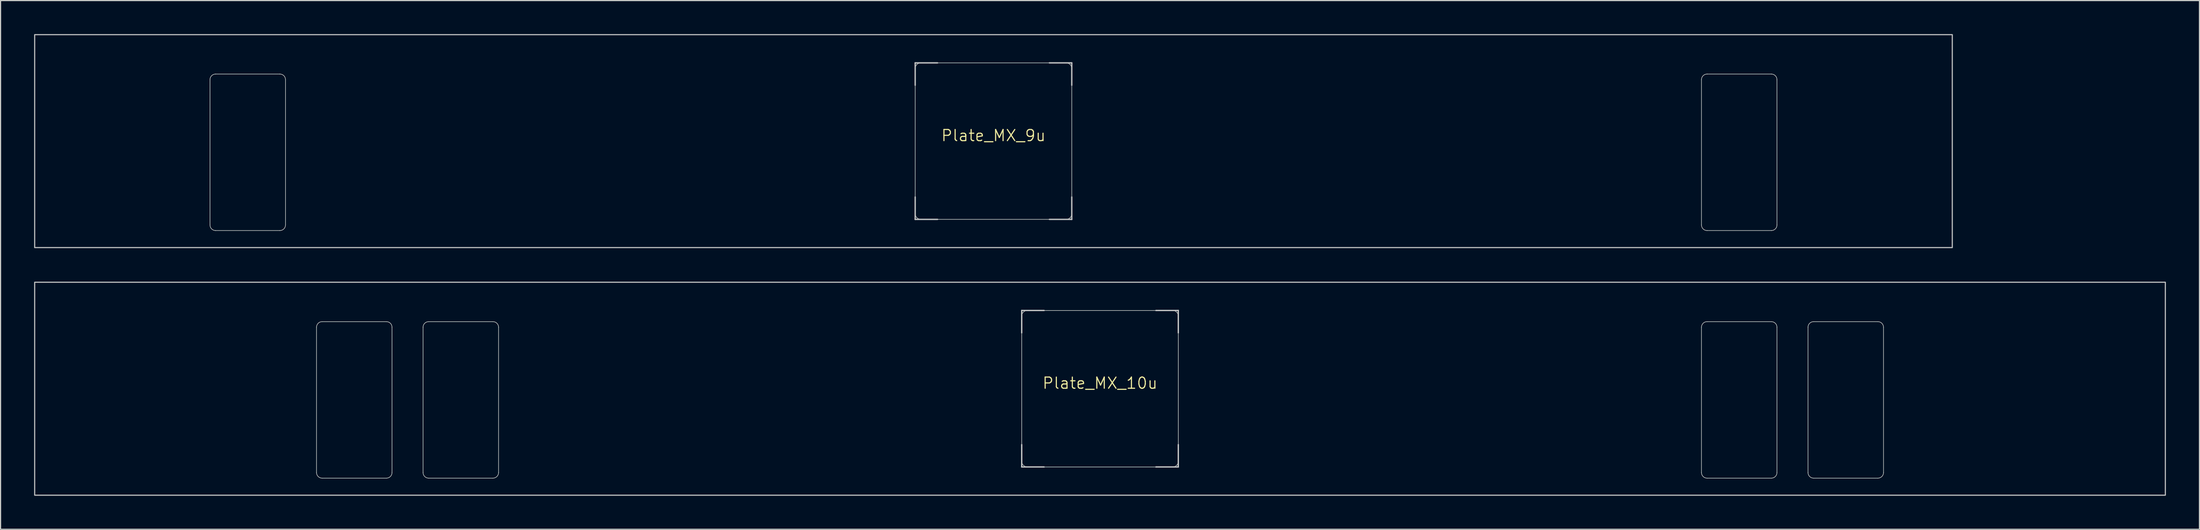
<source format=kicad_pcb>
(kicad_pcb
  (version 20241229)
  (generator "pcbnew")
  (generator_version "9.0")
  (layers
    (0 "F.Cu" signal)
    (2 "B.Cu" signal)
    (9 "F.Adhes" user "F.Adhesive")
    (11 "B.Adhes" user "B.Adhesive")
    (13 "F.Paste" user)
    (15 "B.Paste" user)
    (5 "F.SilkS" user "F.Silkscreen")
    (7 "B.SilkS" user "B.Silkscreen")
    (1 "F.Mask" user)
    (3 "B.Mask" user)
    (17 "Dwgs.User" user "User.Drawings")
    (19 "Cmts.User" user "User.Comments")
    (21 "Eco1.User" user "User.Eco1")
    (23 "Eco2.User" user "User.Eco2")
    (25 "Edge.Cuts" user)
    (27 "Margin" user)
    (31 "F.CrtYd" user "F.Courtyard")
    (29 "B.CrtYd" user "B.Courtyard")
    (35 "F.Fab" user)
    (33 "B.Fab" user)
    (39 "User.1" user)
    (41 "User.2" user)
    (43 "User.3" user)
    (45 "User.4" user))
  (footprint "Plate_MX_9u"
    (layer "F.Cu")
    (at 85.775 9.575)
    (property "Reference" "Plate_MX_9u" (at 0 -0.5 0) (unlocked yes) (layer "F.SilkS") (effects (font (size 1 1) (thickness 0.1))))
    (attr exclude_from_pos_files exclude_from_bom allow_missing_courtyard)
    (fp_line (start -7 -7) (end -5 -7) (stroke (width 0.12) (type solid)) (layer "Dwgs.User"))
    (fp_line (start -7 -5) (end -7 -7) (stroke (width 0.12) (type solid)) (layer "Dwgs.User"))
    (fp_line (start -7 7) (end -7 5) (stroke (width 0.12) (type solid)) (layer "Dwgs.User"))
    (fp_line (start -5 7) (end -7 7) (stroke (width 0.12) (type solid)) (layer "Dwgs.User"))
    (fp_line (start 5 -7) (end 7 -7) (stroke (width 0.12) (type solid)) (layer "Dwgs.User"))
    (fp_line (start 5 7) (end 7 7) (stroke (width 0.12) (type solid)) (layer "Dwgs.User"))
    (fp_line (start 7 -7) (end 7 -5) (stroke (width 0.12) (type solid)) (layer "Dwgs.User"))
    (fp_line (start 7 7) (end 7 5) (stroke (width 0.12) (type solid)) (layer "Dwgs.User"))
    (fp_rect (start -85.725 -9.525) (end 85.725 9.525) (stroke (width 0.1) (type solid)) (fill no) (layer "Dwgs.User"))
    (fp_line (start -70.05 -5.5) (end -70.05 7.5) (stroke (width 0.05) (type solid)) (layer "Edge.Cuts"))
    (fp_line (start -69.55 -6) (end -63.8 -6) (stroke (width 0.05) (type solid)) (layer "Edge.Cuts"))
    (fp_line (start -69.55 8) (end -63.8 8) (stroke (width 0.05) (type solid)) (layer "Edge.Cuts"))
    (fp_line (start -63.3 -5.5) (end -63.3 7.5) (stroke (width 0.05) (type solid)) (layer "Edge.Cuts"))
    (fp_line (start -7 -6.5) (end -7 6.5) (stroke (width 0.05) (type solid)) (layer "Edge.Cuts"))
    (fp_line (start -6.5 7) (end 6.5 7) (stroke (width 0.05) (type solid)) (layer "Edge.Cuts"))
    (fp_line (start 6.5 -7) (end -6.5 -7) (stroke (width 0.05) (type solid)) (layer "Edge.Cuts"))
    (fp_line (start 7 6.5) (end 7 -6.5) (stroke (width 0.05) (type solid)) (layer "Edge.Cuts"))
    (fp_line (start 63.301 -5.5) (end 63.301 7.5) (stroke (width 0.05) (type solid)) (layer "Edge.Cuts"))
    (fp_line (start 63.801 -6) (end 69.549 -6) (stroke (width 0.05) (type solid)) (layer "Edge.Cuts"))
    (fp_line (start 63.801 8) (end 69.551 8) (stroke (width 0.05) (type solid)) (layer "Edge.Cuts"))
    (fp_line (start 70.049 -5.5) (end 70.051 7.5) (stroke (width 0.05) (type solid)) (layer "Edge.Cuts"))
    (fp_arc (start -70.05 -5.499999) (mid -69.903553 -5.853552) (end -69.55 -5.999999) (stroke (width 0.05) (type solid)) (layer "Edge.Cuts"))
    (fp_arc (start -69.55 8.000001) (mid -69.903553 7.853554) (end -70.05 7.500001) (stroke (width 0.05) (type solid)) (layer "Edge.Cuts"))
    (fp_arc (start -63.8 -5.999999) (mid -63.446447 -5.853552) (end -63.3 -5.499999) (stroke (width 0.05) (type solid)) (layer "Edge.Cuts"))
    (fp_arc (start -63.3 7.500001) (mid -63.446447 7.853554) (end -63.8 8.000001) (stroke (width 0.05) (type solid)) (layer "Edge.Cuts"))
    (fp_arc (start -7 -6.5) (mid -6.853553 -6.853553) (end -6.5 -7) (stroke (width 0.05) (type solid)) (layer "Edge.Cuts"))
    (fp_arc (start -6.497236 6.998884) (mid -6.850789 6.852437) (end -6.997236 6.498884) (stroke (width 0.05) (type solid)) (layer "Edge.Cuts"))
    (fp_arc (start 6.5 -7) (mid 6.853554 -6.853554) (end 7 -6.5) (stroke (width 0.05) (type solid)) (layer "Edge.Cuts"))
    (fp_arc (start 7 6.5) (mid 6.853554 6.853554) (end 6.5 7) (stroke (width 0.05) (type solid)) (layer "Edge.Cuts"))
    (fp_arc (start 63.300605 -5.499999) (mid 63.447052 -5.853551) (end 63.800605 -5.999999) (stroke (width 0.05) (type solid)) (layer "Edge.Cuts"))
    (fp_arc (start 63.800605 8.000001) (mid 63.447048 7.853556) (end 63.300605 7.500001) (stroke (width 0.05) (type solid)) (layer "Edge.Cuts"))
    (fp_arc (start 69.549394 -5.999999) (mid 69.902951 -5.853554) (end 70.049394 -5.499999) (stroke (width 0.05) (type solid)) (layer "Edge.Cuts"))
    (fp_arc (start 70.050605 7.500001) (mid 69.904158 7.853556) (end 69.550605 8.000001) (stroke (width 0.05) (type solid)) (layer "Edge.Cuts")))
  (footprint "Plate_MX_10u"
    (layer "F.Cu")
    (at 95.3 31.725)
    (property "Reference" "Plate_MX_10u" (at 0 -0.5 0) (unlocked yes) (layer "F.SilkS") (effects (font (size 1 1) (thickness 0.1))))
    (attr exclude_from_pos_files exclude_from_bom allow_missing_courtyard)
    (fp_line (start -7 -7) (end -5 -7) (stroke (width 0.12) (type solid)) (layer "Dwgs.User"))
    (fp_line (start -7 -5) (end -7 -7) (stroke (width 0.12) (type solid)) (layer "Dwgs.User"))
    (fp_line (start -7 7) (end -7 5) (stroke (width 0.12) (type solid)) (layer "Dwgs.User"))
    (fp_line (start -5 7) (end -7 7) (stroke (width 0.12) (type solid)) (layer "Dwgs.User"))
    (fp_line (start 5 -7) (end 7 -7) (stroke (width 0.12) (type solid)) (layer "Dwgs.User"))
    (fp_line (start 5 7) (end 7 7) (stroke (width 0.12) (type solid)) (layer "Dwgs.User"))
    (fp_line (start 7 -7) (end 7 -5) (stroke (width 0.12) (type solid)) (layer "Dwgs.User"))
    (fp_line (start 7 7) (end 7 5) (stroke (width 0.12) (type solid)) (layer "Dwgs.User"))
    (fp_rect (start -95.25 -9.525) (end 95.25 9.525) (stroke (width 0.1) (type solid)) (fill no) (layer "Dwgs.User"))
    (fp_line (start -70.05 -5.5) (end -70.05 7.5) (stroke (width 0.05) (type solid)) (layer "Edge.Cuts"))
    (fp_line (start -69.55 -6) (end -63.8 -6) (stroke (width 0.05) (type solid)) (layer "Edge.Cuts"))
    (fp_line (start -69.55 8) (end -63.8 8) (stroke (width 0.05) (type solid)) (layer "Edge.Cuts"))
    (fp_line (start -63.3 -5.5) (end -63.3 7.5) (stroke (width 0.05) (type solid)) (layer "Edge.Cuts"))
    (fp_line (start -60.525 -5.5) (end -60.525 7.5) (stroke (width 0.05) (type solid)) (layer "Edge.Cuts"))
    (fp_line (start -60.025 -6) (end -54.275 -6) (stroke (width 0.05) (type solid)) (layer "Edge.Cuts"))
    (fp_line (start -60.025 8) (end -54.275 8) (stroke (width 0.05) (type solid)) (layer "Edge.Cuts"))
    (fp_line (start -53.775 -5.5) (end -53.775 7.5) (stroke (width 0.05) (type solid)) (layer "Edge.Cuts"))
    (fp_line (start -7 -6.5) (end -7 6.5) (stroke (width 0.05) (type solid)) (layer "Edge.Cuts"))
    (fp_line (start -6.5 7) (end 6.5 7) (stroke (width 0.05) (type solid)) (layer "Edge.Cuts"))
    (fp_line (start 6.5 -7) (end -6.5 -7) (stroke (width 0.05) (type solid)) (layer "Edge.Cuts"))
    (fp_line (start 7 6.5) (end 7 -6.5) (stroke (width 0.05) (type solid)) (layer "Edge.Cuts"))
    (fp_line (start 53.775 -5.5) (end 53.775 7.5) (stroke (width 0.05) (type solid)) (layer "Edge.Cuts"))
    (fp_line (start 54.275 -6) (end 60.025 -6) (stroke (width 0.05) (type solid)) (layer "Edge.Cuts"))
    (fp_line (start 54.275 8) (end 60.025 8) (stroke (width 0.05) (type solid)) (layer "Edge.Cuts"))
    (fp_line (start 60.525 -5.5) (end 60.525 7.5) (stroke (width 0.05) (type solid)) (layer "Edge.Cuts"))
    (fp_line (start 63.301 -5.5) (end 63.301 7.5) (stroke (width 0.05) (type solid)) (layer "Edge.Cuts"))
    (fp_line (start 63.801 -6) (end 69.549 -6) (stroke (width 0.05) (type solid)) (layer "Edge.Cuts"))
    (fp_line (start 63.801 8) (end 69.551 8) (stroke (width 0.05) (type solid)) (layer "Edge.Cuts"))
    (fp_line (start 70.049 -5.5) (end 70.051 7.5) (stroke (width 0.05) (type solid)) (layer "Edge.Cuts"))
    (fp_arc (start -70.05 -5.499999) (mid -69.903553 -5.853552) (end -69.55 -5.999999) (stroke (width 0.05) (type solid)) (layer "Edge.Cuts"))
    (fp_arc (start -69.55 8.000001) (mid -69.903553 7.853554) (end -70.05 7.500001) (stroke (width 0.05) (type solid)) (layer "Edge.Cuts"))
    (fp_arc (start -63.8 -5.999999) (mid -63.446447 -5.853552) (end -63.3 -5.499999) (stroke (width 0.05) (type solid)) (layer "Edge.Cuts"))
    (fp_arc (start -63.3 7.500001) (mid -63.446447 7.853554) (end -63.8 8.000001) (stroke (width 0.05) (type solid)) (layer "Edge.Cuts"))
    (fp_arc (start -60.525 -5.499999) (mid -60.378553 -5.853552) (end -60.025 -5.999999) (stroke (width 0.05) (type solid)) (layer "Edge.Cuts"))
    (fp_arc (start -60.025 8.000001) (mid -60.378553 7.853554) (end -60.525 7.500001) (stroke (width 0.05) (type solid)) (layer "Edge.Cuts"))
    (fp_arc (start -54.275 -5.999999) (mid -53.921447 -5.853552) (end -53.775 -5.499999) (stroke (width 0.05) (type solid)) (layer "Edge.Cuts"))
    (fp_arc (start -53.775 7.500001) (mid -53.921447 7.853554) (end -54.275 8.000001) (stroke (width 0.05) (type solid)) (layer "Edge.Cuts"))
    (fp_arc (start -7 -6.5) (mid -6.853553 -6.853553) (end -6.5 -7) (stroke (width 0.05) (type solid)) (layer "Edge.Cuts"))
    (fp_arc (start -6.497236 6.998884) (mid -6.850789 6.852437) (end -6.997236 6.498884) (stroke (width 0.05) (type solid)) (layer "Edge.Cuts"))
    (fp_arc (start 6.5 -7) (mid 6.853554 -6.853554) (end 7 -6.5) (stroke (width 0.05) (type solid)) (layer "Edge.Cuts"))
    (fp_arc (start 7 6.5) (mid 6.853554 6.853554) (end 6.5 7) (stroke (width 0.05) (type solid)) (layer "Edge.Cuts"))
    (fp_arc (start 53.775 -5.499999) (mid 53.921447 -5.853552) (end 54.275 -5.999999) (stroke (width 0.05) (type solid)) (layer "Edge.Cuts"))
    (fp_arc (start 54.275 8.000001) (mid 53.921447 7.853554) (end 53.775 7.500001) (stroke (width 0.05) (type solid)) (layer "Edge.Cuts"))
    (fp_arc (start 60.025 -5.999999) (mid 60.378553 -5.853552) (end 60.525 -5.499999) (stroke (width 0.05) (type solid)) (layer "Edge.Cuts"))
    (fp_arc (start 60.525 7.500001) (mid 60.378553 7.853554) (end 60.025 8.000001) (stroke (width 0.05) (type solid)) (layer "Edge.Cuts"))
    (fp_arc (start 63.300605 -5.499999) (mid 63.447052 -5.853551) (end 63.800605 -5.999999) (stroke (width 0.05) (type solid)) (layer "Edge.Cuts"))
    (fp_arc (start 63.800605 8.000001) (mid 63.447048 7.853556) (end 63.300605 7.500001) (stroke (width 0.05) (type solid)) (layer "Edge.Cuts"))
    (fp_arc (start 69.549394 -5.999999) (mid 69.902951 -5.853554) (end 70.049394 -5.499999) (stroke (width 0.05) (type solid)) (layer "Edge.Cuts"))
    (fp_arc (start 70.050605 7.500001) (mid 69.904158 7.853556) (end 69.550605 8.000001) (stroke (width 0.05) (type solid)) (layer "Edge.Cuts")))
  (gr_rect
    (start -3 -3)
    (end 193.6 44.3)
    (stroke (width 0.1) (type default))
    (fill no)
    (layer "Edge.Cuts")))
</source>
